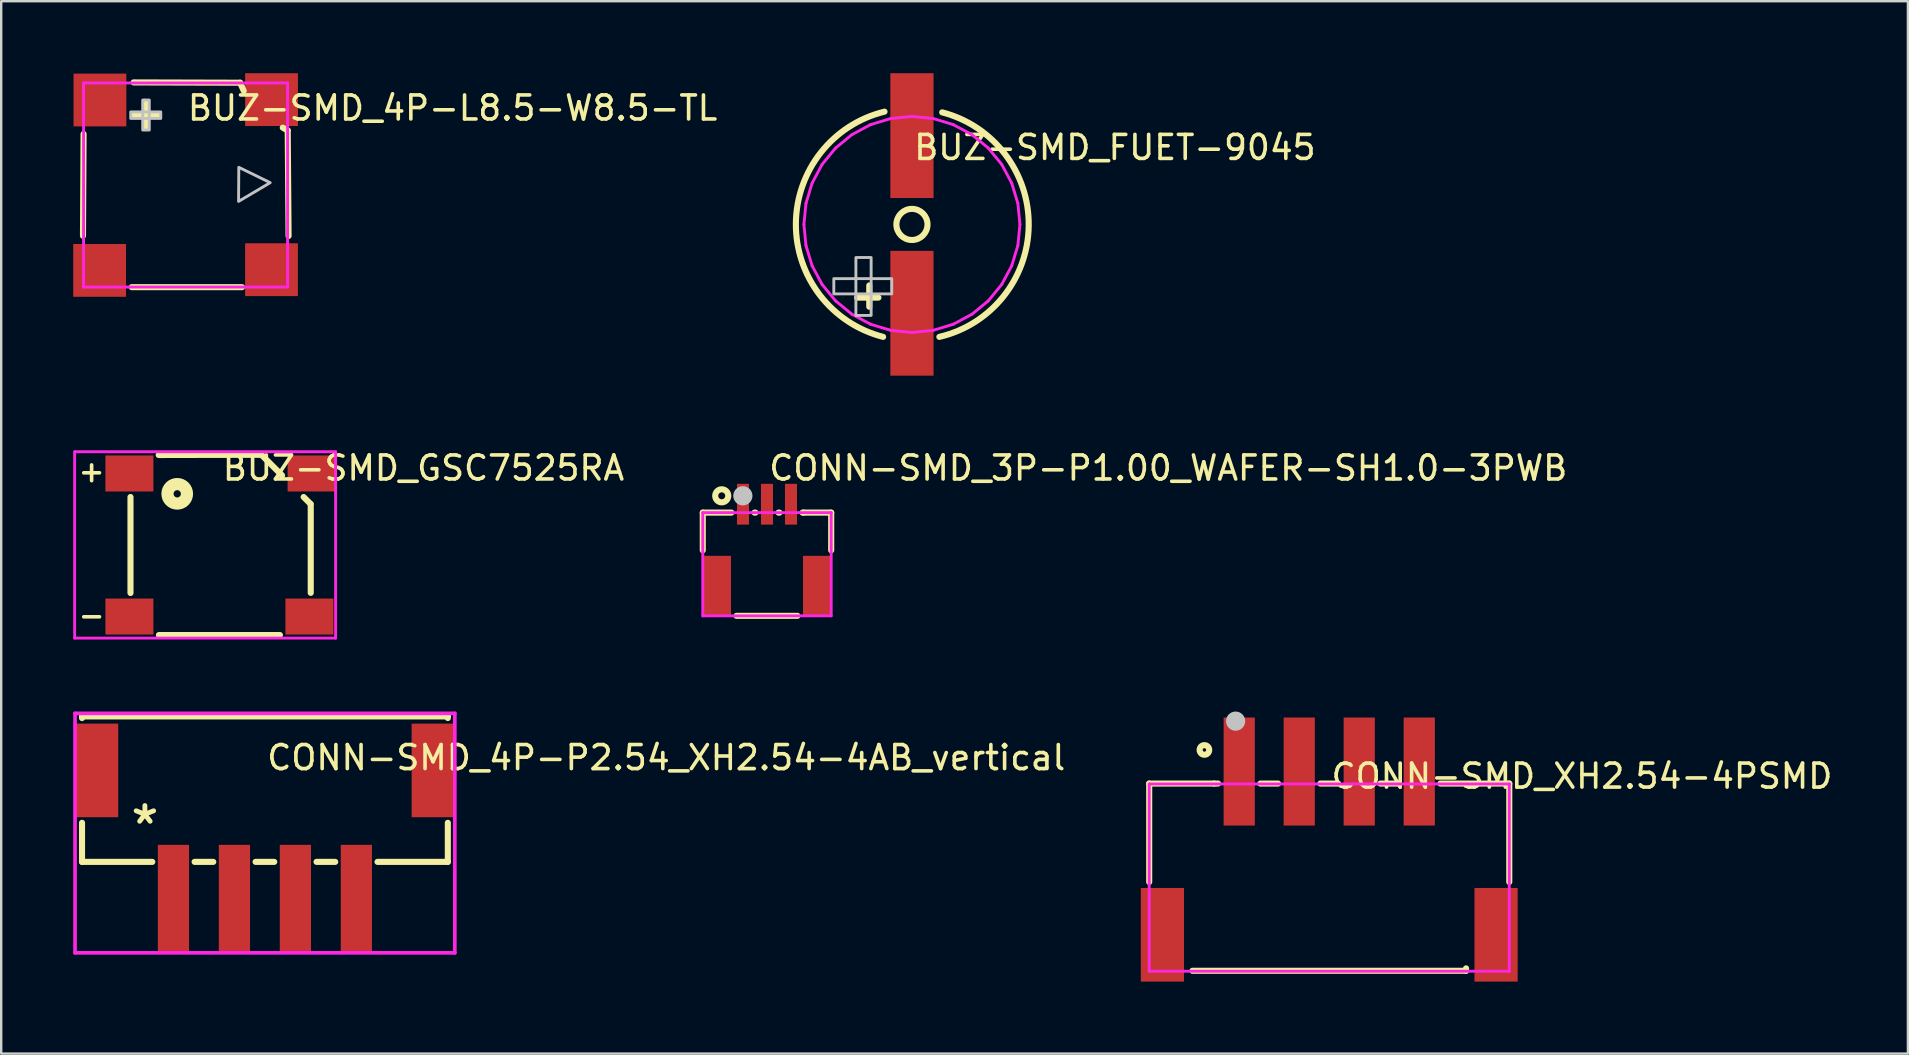
<source format=kicad_pcb>
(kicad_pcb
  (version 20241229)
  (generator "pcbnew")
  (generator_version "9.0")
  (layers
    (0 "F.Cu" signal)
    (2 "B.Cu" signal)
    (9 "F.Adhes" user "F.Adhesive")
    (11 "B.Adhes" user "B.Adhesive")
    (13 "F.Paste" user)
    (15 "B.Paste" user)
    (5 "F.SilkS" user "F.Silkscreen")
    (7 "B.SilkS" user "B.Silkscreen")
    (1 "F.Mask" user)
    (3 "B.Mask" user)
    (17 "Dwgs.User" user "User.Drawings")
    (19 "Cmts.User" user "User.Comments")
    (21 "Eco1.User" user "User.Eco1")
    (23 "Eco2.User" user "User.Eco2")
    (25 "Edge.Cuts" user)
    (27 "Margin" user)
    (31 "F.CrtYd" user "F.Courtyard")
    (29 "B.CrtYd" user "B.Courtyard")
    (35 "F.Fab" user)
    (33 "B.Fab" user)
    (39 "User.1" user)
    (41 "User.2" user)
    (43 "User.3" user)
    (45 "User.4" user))
  (footprint "BUZ-SMD_GSC7525RA"
    (layer "F.Cu")
    (at 6.136 19.655)
    (property "Reference" "BUZ-SMD_GSC7525RA" (at 0 -3.207 0) (layer "F.SilkS") (effects (font (size 1 1) (thickness 0.15)) (justify left)))
    (attr through_hole)
    (fp_line (start -3.75 -1.999) (end -3.75 1.999) (stroke (width 0.254) (type solid)) (layer "F.SilkS"))
    (fp_line (start 1.702 -3.759) (end -2.575 -3.75) (stroke (width 0.254) (type solid)) (layer "F.SilkS"))
    (fp_line (start 2.475 3.75) (end -2.565 3.75) (stroke (width 0.254) (type solid)) (layer "F.SilkS"))
    (fp_line (start 2.565 -2.898) (end 1.713 -3.75) (stroke (width 0.254) (type solid)) (layer "F.SilkS"))
    (fp_line (start 3.75 -1.713) (end 3.463 -2) (stroke (width 0.254) (type solid)) (layer "F.SilkS"))
    (fp_line (start 3.759 1.993) (end 3.759 -1.702) (stroke (width 0.254) (type solid)) (layer "F.SilkS"))
    (fp_circle (center -1.803 -2.133) (end -1.397 -2.133) (stroke (width 0.508) (type solid)) (fill no) (layer "F.SilkS"))
    (fp_circle (center -6.076 -3.886) (end -6.046 -3.886) (stroke (width 0.06) (type solid)) (fill no) (layer "Eco2.User"))
    (fp_poly (pts (xy -2.795 -2.23) (xy -4.795 -2.23) (xy -4.795 -3.73) (xy -2.795 -3.73)) (stroke (width 0.12) (type solid)) (fill no) (layer "Eco2.User"))
    (fp_poly (pts (xy -2.795 3.73) (xy -4.795 3.73) (xy -4.795 2.23) (xy -2.795 2.23)) (stroke (width 0.12) (type solid)) (fill no) (layer "Eco2.User"))
    (fp_poly (pts (xy 4.705 3.73) (xy 2.705 3.73) (xy 2.705 2.23) (xy 4.705 2.23)) (stroke (width 0.12) (type solid)) (fill no) (layer "Eco2.User"))
    (fp_poly (pts (xy 4.795 -2.23) (xy 2.795 -2.23) (xy 2.795 -3.73) (xy 4.795 -3.73)) (stroke (width 0.12) (type solid)) (fill no) (layer "Eco2.User"))
    (fp_line (start -6.076 -3.886) (end 4.795 -3.886) (stroke (width 0.12) (type solid)) (layer "F.CrtYd"))
    (fp_line (start -6.076 3.877) (end -6.076 -3.886) (stroke (width 0.12) (type solid)) (layer "F.CrtYd"))
    (fp_line (start 4.795 -3.886) (end 4.795 3.877) (stroke (width 0.12) (type solid)) (layer "F.CrtYd"))
    (fp_line (start 4.795 3.877) (end -6.076 3.877) (stroke (width 0.12) (type solid)) (layer "F.CrtYd"))
    (fp_text user "+" (at -6 -3.071 0) (layer "F.SilkS") (effects (font (size 0.857 0.857) (thickness 0.152)) (justify left)))
    (fp_text user "-" (at -6 2.928 0) (layer "F.SilkS") (effects (font (size 0.857 0.857) (thickness 0.152)) (justify left)))
    (pad "1" smd rect (at -3.795 -2.98 180) (size 2 1.5) (layers "F.Cu" "F.Mask" "F.Paste"))
    (pad "2" smd rect (at -3.795 2.98 180) (size 2 1.5) (layers "F.Cu" "F.Mask" "F.Paste"))
    (pad "3" smd rect (at 3.705 2.98 180) (size 2 1.5) (layers "F.Cu" "F.Mask" "F.Paste"))
    (pad "3" smd rect (at 3.795 -2.98 180) (size 2 1.5) (layers "F.Cu" "F.Mask" "F.Paste")))
  (footprint "BUZ-SMD_FUET-9045"
    (layer "F.Cu")
    (at 34.941 6.3)
    (property "Reference" "BUZ-SMD_FUET-9045" (at 0 -3.207 0) (layer "F.SilkS") (effects (font (size 1 1) (thickness 0.15)) (justify left)))
    (attr through_hole)
    (fp_line (start -2.286 3.048) (end -1.397 3.048) (stroke (width 0.254) (type solid)) (layer "F.SilkS"))
    (fp_line (start -1.778 2.54) (end -1.778 3.429) (stroke (width 0.254) (type solid)) (layer "F.SilkS"))
    (fp_arc (start -1.201 4.684) (mid -4.835427 -0.029967) (end -1.142853 -4.698526) (stroke (width 0.254) (type solid)) (layer "F.SilkS"))
    (fp_arc (start 1.26 -4.669) (mid 4.864585 0.053769) (end 1.141996 4.684094) (stroke (width 0.254) (type solid)) (layer "F.SilkS"))
    (fp_circle (center 0 0) (end 0.648 0) (stroke (width 0.254) (type solid)) (fill no) (layer "F.SilkS"))
    (fp_poly (pts (xy -3.255 2.893) (xy -3.255 2.258) (xy -0.842 2.258) (xy -0.842 2.893)) (stroke (width 0.12) (type solid)) (fill no) (layer "Dwgs.User"))
    (fp_poly (pts (xy -1.7 3.791) (xy -2.335 3.791) (xy -2.335 1.378) (xy -1.7 1.378)) (stroke (width 0.12) (type solid)) (fill no) (layer "Dwgs.User"))
    (fp_circle (center 4.499 6.15) (end 4.529 6.15) (stroke (width 0.06) (type solid)) (fill no) (layer "Eco2.User"))
    (fp_poly (pts (xy -0.75 -6.15) (xy 0.75 -6.15) (xy 0.75 -1.25) (xy -0.75 -1.25)) (stroke (width 0.12) (type solid)) (fill no) (layer "Eco2.User"))
    (fp_poly (pts (xy -0.75 1.25) (xy 0.75 1.25) (xy 0.75 6.15) (xy -0.75 6.15)) (stroke (width 0.12) (type solid)) (fill no) (layer "Eco2.User"))
    (fp_line (start -4.501 0.001) (end -4.415 0.879) (stroke (width 0.12) (type solid)) (layer "F.CrtYd"))
    (fp_line (start -4.415 -0.877) (end -4.501 0.001) (stroke (width 0.12) (type solid)) (layer "F.CrtYd"))
    (fp_line (start -4.415 0.879) (end -4.158 1.723) (stroke (width 0.12) (type solid)) (layer "F.CrtYd"))
    (fp_line (start -4.159 -1.721) (end -4.415 -0.877) (stroke (width 0.12) (type solid)) (layer "F.CrtYd"))
    (fp_line (start -4.158 1.723) (end -3.742 2.501) (stroke (width 0.12) (type solid)) (layer "F.CrtYd"))
    (fp_line (start -3.744 -2.499) (end -4.159 -1.721) (stroke (width 0.12) (type solid)) (layer "F.CrtYd"))
    (fp_line (start -3.742 2.501) (end -3.182 3.183) (stroke (width 0.12) (type solid)) (layer "F.CrtYd"))
    (fp_line (start -3.184 -3.181) (end -3.744 -2.499) (stroke (width 0.12) (type solid)) (layer "F.CrtYd"))
    (fp_line (start -3.182 3.183) (end -2.5 3.742) (stroke (width 0.12) (type solid)) (layer "F.CrtYd"))
    (fp_line (start -2.502 -3.741) (end -3.184 -3.181) (stroke (width 0.12) (type solid)) (layer "F.CrtYd"))
    (fp_line (start -2.5 3.742) (end -1.722 4.158) (stroke (width 0.12) (type solid)) (layer "F.CrtYd"))
    (fp_line (start -1.725 -4.157) (end -2.502 -3.741) (stroke (width 0.12) (type solid)) (layer "F.CrtYd"))
    (fp_line (start -1.722 4.158) (end -0.878 4.414) (stroke (width 0.12) (type solid)) (layer "F.CrtYd"))
    (fp_line (start -0.88 -4.413) (end -1.725 -4.157) (stroke (width 0.12) (type solid)) (layer "F.CrtYd"))
    (fp_line (start -0.878 4.414) (end -0.003 4.5) (stroke (width 0.12) (type solid)) (layer "F.CrtYd"))
    (fp_line (start -0.003 -4.5) (end -0.88 -4.413) (stroke (width 0.12) (type solid)) (layer "F.CrtYd"))
    (fp_line (start -0.003 4.5) (end 0 4.5) (stroke (width 0.12) (type solid)) (layer "F.CrtYd"))
    (fp_line (start 0 4.5) (end 0.878 4.413) (stroke (width 0.12) (type solid)) (layer "F.CrtYd"))
    (fp_line (start 0.875 -4.414) (end -0.003 -4.5) (stroke (width 0.12) (type solid)) (layer "F.CrtYd"))
    (fp_line (start 0.878 4.413) (end 1.722 4.157) (stroke (width 0.12) (type solid)) (layer "F.CrtYd"))
    (fp_line (start 1.72 -4.158) (end 0.875 -4.414) (stroke (width 0.12) (type solid)) (layer "F.CrtYd"))
    (fp_line (start 1.722 4.157) (end 2.5 3.741) (stroke (width 0.12) (type solid)) (layer "F.CrtYd"))
    (fp_line (start 2.498 -3.742) (end 1.72 -4.158) (stroke (width 0.12) (type solid)) (layer "F.CrtYd"))
    (fp_line (start 2.5 3.741) (end 3.182 3.181) (stroke (width 0.12) (type solid)) (layer "F.CrtYd"))
    (fp_line (start 3.18 -3.183) (end 2.498 -3.742) (stroke (width 0.12) (type solid)) (layer "F.CrtYd"))
    (fp_line (start 3.182 3.181) (end 3.741 2.499) (stroke (width 0.12) (type solid)) (layer "F.CrtYd"))
    (fp_line (start 3.74 -2.501) (end 3.18 -3.183) (stroke (width 0.12) (type solid)) (layer "F.CrtYd"))
    (fp_line (start 3.741 2.499) (end 4.157 1.721) (stroke (width 0.12) (type solid)) (layer "F.CrtYd"))
    (fp_line (start 4.156 -1.723) (end 3.74 -2.501) (stroke (width 0.12) (type solid)) (layer "F.CrtYd"))
    (fp_line (start 4.157 1.721) (end 4.413 0.877) (stroke (width 0.12) (type solid)) (layer "F.CrtYd"))
    (fp_line (start 4.412 -0.879) (end 4.156 -1.723) (stroke (width 0.12) (type solid)) (layer "F.CrtYd"))
    (fp_line (start 4.413 0.877) (end 4.499 -0.001) (stroke (width 0.12) (type solid)) (layer "F.CrtYd"))
    (fp_line (start 4.499 -0.001) (end 4.412 -0.879) (stroke (width 0.12) (type solid)) (layer "F.CrtYd"))
    (pad "1" smd rect (at 0 3.7) (size 1.8 5.2) (layers "F.Cu" "F.Mask" "F.Paste"))
    (pad "2" smd rect (at 0 -3.7) (size 1.8 5.2) (layers "F.Cu" "F.Mask" "F.Paste")))
  (footprint "CONN-SMD_XH2.54-4PSMD"
    (layer "F.Cu")
    (at 52.325 32.492)
    (property "Reference" "CONN-SMD_XH2.54-4PSMD" (at 0 -3.207 0) (layer "F.SilkS") (effects (font (size 1 1) (thickness 0.15)) (justify left)))
    (attr through_hole)
    (fp_line (start -7.5 -2.9) (end -7.5 1.2) (stroke (width 0.254) (type solid)) (layer "F.SilkS"))
    (fp_line (start -5.7 4.9) (end 5.7 4.9) (stroke (width 0.254) (type solid)) (layer "F.SilkS"))
    (fp_line (start -4.8 -2.9) (end -7.5 -2.9) (stroke (width 0.254) (type solid)) (layer "F.SilkS"))
    (fp_line (start -4.8 -2.9) (end -4.631 -2.9) (stroke (width 0.254) (type solid)) (layer "F.SilkS"))
    (fp_line (start -2.869 -2.9) (end -2.131 -2.9) (stroke (width 0.254) (type solid)) (layer "F.SilkS"))
    (fp_line (start -0.369 -2.9) (end 0.369 -2.9) (stroke (width 0.254) (type solid)) (layer "F.SilkS"))
    (fp_line (start 2.131 -2.9) (end 2.869 -2.9) (stroke (width 0.254) (type solid)) (layer "F.SilkS"))
    (fp_line (start 4.631 -2.9) (end 7.5 -2.9) (stroke (width 0.254) (type solid)) (layer "F.SilkS"))
    (fp_line (start 5.7 4.9) (end 5.7 4.8) (stroke (width 0.254) (type solid)) (layer "F.SilkS"))
    (fp_line (start 7.5 -2.9) (end 7.5 1.2) (stroke (width 0.254) (type solid)) (layer "F.SilkS"))
    (fp_circle (center -5.2 -4.3) (end -5 -4.3) (stroke (width 0.254) (type solid)) (fill no) (layer "F.SilkS"))
    (fp_circle (center -3.9 -5.5) (end -3.7 -5.5) (stroke (width 0.4) (type solid)) (fill no) (layer "Dwgs.User"))
    (fp_circle (center -7.5 -5.082) (end -7.47 -5.082) (stroke (width 0.06) (type solid)) (fill no) (layer "Eco2.User"))
    (fp_poly (pts (xy -7.5 1.798) (xy -6.1 1.798) (xy -6.1 4.798) (xy -7.5 4.798)) (stroke (width 0.12) (type solid)) (fill no) (layer "Eco2.User"))
    (fp_poly (pts (xy -4.07 -5.082) (xy -3.43 -5.082) (xy -3.43 -1.282) (xy -4.07 -1.282)) (stroke (width 0.12) (type solid)) (fill no) (layer "Eco2.User"))
    (fp_poly (pts (xy -1.57 -5.082) (xy -0.93 -5.082) (xy -0.93 -1.282) (xy -1.57 -1.282)) (stroke (width 0.12) (type solid)) (fill no) (layer "Eco2.User"))
    (fp_poly (pts (xy 0.93 -5.082) (xy 1.57 -5.082) (xy 1.57 -1.282) (xy 0.93 -1.282)) (stroke (width 0.12) (type solid)) (fill no) (layer "Eco2.User"))
    (fp_poly (pts (xy 3.43 -5.082) (xy 4.07 -5.082) (xy 4.07 -1.282) (xy 3.43 -1.282)) (stroke (width 0.12) (type solid)) (fill no) (layer "Eco2.User"))
    (fp_poly (pts (xy 6.1 1.798) (xy 7.5 1.798) (xy 7.5 4.798) (xy 6.1 4.798)) (stroke (width 0.12) (type solid)) (fill no) (layer "Eco2.User"))
    (fp_line (start -7.5 -2.882) (end 7.5 -2.882) (stroke (width 0.12) (type solid)) (layer "F.CrtYd"))
    (fp_line (start -7.5 4.918) (end -7.5 -2.882) (stroke (width 0.12) (type solid)) (layer "F.CrtYd"))
    (fp_line (start 7.5 -2.882) (end 7.5 4.918) (stroke (width 0.12) (type solid)) (layer "F.CrtYd"))
    (fp_line (start 7.5 4.918) (end -7.5 4.918) (stroke (width 0.12) (type solid)) (layer "F.CrtYd"))
    (pad "1" smd rect (at -3.75 -3.4) (size 1.3 4.5) (layers "F.Cu" "F.Mask" "F.Paste"))
    (pad "2" smd rect (at -1.25 -3.4) (size 1.3 4.5) (layers "F.Cu" "F.Mask" "F.Paste"))
    (pad "3" smd rect (at 1.25 -3.4) (size 1.3 4.5) (layers "F.Cu" "F.Mask" "F.Paste"))
    (pad "4" smd rect (at 3.75 -3.4) (size 1.3 4.5) (layers "F.Cu" "F.Mask" "F.Paste"))
    (pad "5" smd rect (at -6.95 3.4) (size 1.8 3.9) (layers "F.Cu" "F.Mask" "F.Paste"))
    (pad "6" smd rect (at 6.95 3.4) (size 1.8 3.9) (layers "F.Cu" "F.Mask" "F.Paste")))
  (footprint "CONN-SMD_4P-P2.54_XH2.54-4AB_vertical"
    (layer "F.Cu")
    (at 7.987 31.72)
    (property "Reference" "CONN-SMD_4P-P2.54_XH2.54-4AB_vertical" (at 0 -3.207 0) (layer "F.SilkS") (effects (font (size 1 1) (thickness 0.15)) (justify left)))
    (attr through_hole)
    (fp_line (start -7.62 -4.925) (end -7.62 -4.857) (stroke (width 0.254) (type solid)) (layer "F.SilkS"))
    (fp_line (start -7.62 -4.925) (end 7.619 -4.925) (stroke (width 0.254) (type solid)) (layer "F.SilkS"))
    (fp_line (start -7.62 -0.493) (end -7.62 1.135) (stroke (width 0.254) (type solid)) (layer "F.SilkS"))
    (fp_line (start -7.62 1.135) (end -4.692 1.135) (stroke (width 0.254) (type solid)) (layer "F.SilkS"))
    (fp_line (start -2.93 1.135) (end -2.152 1.135) (stroke (width 0.254) (type solid)) (layer "F.SilkS"))
    (fp_line (start -0.39 1.135) (end 0.388 1.135) (stroke (width 0.254) (type solid)) (layer "F.SilkS"))
    (fp_line (start 2.15 1.135) (end 2.928 1.135) (stroke (width 0.254) (type solid)) (layer "F.SilkS"))
    (fp_line (start 4.69 1.135) (end 7.619 1.135) (stroke (width 0.254) (type solid)) (layer "F.SilkS"))
    (fp_line (start 7.619 -4.925) (end 7.619 -4.857) (stroke (width 0.254) (type solid)) (layer "F.SilkS"))
    (fp_line (start 7.619 -0.493) (end 7.619 1.135) (stroke (width 0.254) (type solid)) (layer "F.SilkS"))
    (fp_line (start -7.911 -5.052) (end 7.911 -5.052) (stroke (width 0.152) (type solid)) (layer "F.CrtYd"))
    (fp_line (start -7.911 4.925) (end -7.911 -5.052) (stroke (width 0.152) (type solid)) (layer "F.CrtYd"))
    (fp_line (start 7.911 -5.052) (end 7.911 4.925) (stroke (width 0.152) (type solid)) (layer "F.CrtYd"))
    (fp_line (start 7.911 4.925) (end -7.911 4.925) (stroke (width 0.152) (type solid)) (layer "F.CrtYd"))
    (fp_text user "*" (at -5.715 -0.381 180) (layer "F.SilkS") (effects (font (size 1.524 1.524) (thickness 0.203)) (justify left)))
    (pad "1" smd rect (at -3.811 2.675) (size 1.3 4.5) (layers "F.Cu" "F.Mask" "F.Paste"))
    (pad "2" smd rect (at -1.271 2.675) (size 1.3 4.5) (layers "F.Cu" "F.Mask" "F.Paste"))
    (pad "3" smd rect (at 1.269 2.675) (size 1.3 4.5) (layers "F.Cu" "F.Mask" "F.Paste"))
    (pad "4" smd rect (at 3.809 2.675) (size 1.3 4.5) (layers "F.Cu" "F.Mask" "F.Paste"))
    (pad "5" smd rect (at -7.011 -2.675) (size 1.8 3.9) (layers "F.Cu" "F.Mask" "F.Paste"))
    (pad "6" smd rect (at 7.011 -2.675) (size 1.8 3.9) (layers "F.Cu" "F.Mask" "F.Paste")))
  (footprint "CONN-SMD_3P-P1.00_WAFER-SH1.0-3PWB"
    (layer "F.Cu")
    (at 28.902 19.655)
    (property "Reference" "CONN-SMD_3P-P1.00_WAFER-SH1.0-3PWB" (at 0 -3.207 0) (layer "F.SilkS") (effects (font (size 1 1) (thickness 0.15)) (justify left)))
    (attr through_hole)
    (fp_line (start -2.675 -1.35) (end -2.675 0.219) (stroke (width 0.254) (type solid)) (layer "F.SilkS"))
    (fp_line (start -1.481 -1.35) (end -2.675 -1.35) (stroke (width 0.254) (type solid)) (layer "F.SilkS"))
    (fp_line (start -1.269 2.95) (end 1.269 2.95) (stroke (width 0.254) (type solid)) (layer "F.SilkS"))
    (fp_line (start -0.481 -1.35) (end -0.519 -1.35) (stroke (width 0.254) (type solid)) (layer "F.SilkS"))
    (fp_line (start 0.519 -1.35) (end 0.481 -1.35) (stroke (width 0.254) (type solid)) (layer "F.SilkS"))
    (fp_line (start 1.519 -1.35) (end 1.481 -1.35) (stroke (width 0.254) (type solid)) (layer "F.SilkS"))
    (fp_line (start 1.519 -1.35) (end 2.675 -1.35) (stroke (width 0.254) (type solid)) (layer "F.SilkS"))
    (fp_line (start 2.675 -1.35) (end 2.675 0.219) (stroke (width 0.254) (type solid)) (layer "F.SilkS"))
    (fp_circle (center -1.885 -2.05) (end -1.613 -2.05) (stroke (width 0.254) (type solid)) (fill no) (layer "F.SilkS"))
    (fp_circle (center -1.005 -2.05) (end -0.805 -2.05) (stroke (width 0.4) (type solid)) (fill no) (layer "Dwgs.User"))
    (fp_circle (center -2.675 -2.1) (end -2.645 -2.1) (stroke (width 0.06) (type solid)) (fill no) (layer "Eco2.User"))
    (fp_poly (pts (xy -2.2 0.8) (xy -2 0.8) (xy -2 2.6) (xy -2.2 2.6)) (stroke (width 0.12) (type solid)) (fill no) (layer "Eco2.User"))
    (fp_poly (pts (xy -1.1 -2.1) (xy -0.9 -2.1) (xy -0.9 -1.3) (xy -1.1 -1.3)) (stroke (width 0.12) (type solid)) (fill no) (layer "Eco2.User"))
    (fp_poly (pts (xy -0.1 -2.1) (xy 0.1 -2.1) (xy 0.1 -1.3) (xy -0.1 -1.3)) (stroke (width 0.12) (type solid)) (fill no) (layer "Eco2.User"))
    (fp_poly (pts (xy 0.9 -2.1) (xy 1.1 -2.1) (xy 1.1 -1.3) (xy 0.9 -1.3)) (stroke (width 0.12) (type solid)) (fill no) (layer "Eco2.User"))
    (fp_poly (pts (xy 2 0.8) (xy 2.2 0.8) (xy 2.2 2.6) (xy 2 2.6)) (stroke (width 0.12) (type solid)) (fill no) (layer "Eco2.User"))
    (fp_line (start -2.675 -1.35) (end 2.675 -1.35) (stroke (width 0.12) (type solid)) (layer "F.CrtYd"))
    (fp_line (start -2.675 2.95) (end -2.675 -1.35) (stroke (width 0.12) (type solid)) (layer "F.CrtYd"))
    (fp_line (start 2.675 -1.35) (end 2.675 2.95) (stroke (width 0.12) (type solid)) (layer "F.CrtYd"))
    (fp_line (start 2.675 2.95) (end -2.675 2.95) (stroke (width 0.12) (type solid)) (layer "F.CrtYd"))
    (pad "1" smd rect (at -1 -1.7) (size 0.5 1.7) (layers "F.Cu" "F.Mask" "F.Paste"))
    (pad "2" smd rect (at 0 -1.7) (size 0.5 1.7) (layers "F.Cu" "F.Mask" "F.Paste"))
    (pad "3" smd rect (at 1 -1.7) (size 0.5 1.7) (layers "F.Cu" "F.Mask" "F.Paste"))
    (pad "4" smd rect (at -2.1 1.7) (size 1.2 2.5) (layers "F.Cu" "F.Mask" "F.Paste"))
    (pad "5" smd rect (at 2.1 1.7) (size 1.2 2.5) (layers "F.Cu" "F.Mask" "F.Paste")))
  (footprint "BUZ-SMD_4P-L8.5-W8.5-TL"
    (layer "F.Cu")
    (at 4.681 4.657)
    (property "Reference" "BUZ-SMD_4P-L8.5-W8.5-TL" (at 0 -3.207 0) (layer "F.SilkS") (effects (font (size 1 1) (thickness 0.15)) (justify left)))
    (attr through_hole)
    (fp_line (start -4.249 -2.126) (end -4.274 2.116) (stroke (width 0.254) (type solid)) (layer "F.SilkS"))
    (fp_line (start -2.242 4.256) (end 2.35 4.256) (stroke (width 0.254) (type solid)) (layer "F.SilkS"))
    (fp_line (start -2.166 -4.274) (end 2.273 -4.261) (stroke (width 0.254) (type solid)) (layer "F.SilkS"))
    (fp_line (start -1.692 -2.373) (end -1.692 -3.465) (stroke (width 0.254) (type solid)) (layer "F.SilkS"))
    (fp_line (start -1.159 -2.907) (end -2.175 -2.907) (stroke (width 0.254) (type solid)) (layer "F.SilkS"))
    (fp_line (start 2.273 -4.261) (end 2.423 -3.923) (stroke (width 0.254) (type solid)) (layer "F.SilkS"))
    (fp_line (start 4.049 -2.388) (end 4.255 -2.272) (stroke (width 0.254) (type solid)) (layer "F.SilkS"))
    (fp_line (start 4.255 -2.272) (end 4.291 2.123) (stroke (width 0.254) (type solid)) (layer "F.SilkS"))
    (fp_poly (pts (xy 3.525 -0.097) (xy 2.217 -0.737) (xy 2.208 0.683)) (stroke (width 0.12) (type solid)) (fill no) (layer "Dwgs.User"))
    (fp_poly (pts (xy -1.785 -2.289) (xy -1.785 -3.54) (xy -1.512 -3.54) (xy -1.512 -2.289)) (stroke (width 0.12) (type solid)) (fill no) (layer "Dwgs.User"))
    (fp_poly (pts (xy -2.285 -3.045) (xy -1.034 -3.045) (xy -1.034 -2.773) (xy -2.285 -2.773) (xy -2.285 -2.772)) (stroke (width 0.12) (type solid)) (fill no) (layer "Dwgs.User"))
    (fp_circle (center -4.237 -4.261) (end -4.137 -4.261) (stroke (width 0.2) (type solid)) (fill no) (layer "Eco2.User"))
    (fp_poly (pts (xy 3.28 -4.26) (xy 4.26 -3.28) (xy 3.85 -2.87) (xy 2.87 -3.85)) (stroke (width 0.12) (type solid)) (fill no) (layer "Eco2.User"))
    (fp_poly (pts (xy -4.25 -4.25) (xy -3.052 -4.245) (xy -2.345 -3.649) (xy -3.441 -2.344) (xy -4.249 -3.054)) (stroke (width 0.12) (type solid)) (fill no) (layer "Eco2.User"))
    (fp_poly (pts (xy -4.25 4.25) (xy -4.245 3.053) (xy -3.649 2.345) (xy -2.344 3.441) (xy -3.054 4.249)) (stroke (width 0.12) (type solid)) (fill no) (layer "Eco2.User"))
    (fp_poly (pts (xy 4.25 4.25) (xy 3.053 4.245) (xy 2.345 3.65) (xy 3.441 2.344) (xy 4.249 3.054)) (stroke (width 0.12) (type solid)) (fill no) (layer "Eco2.User"))
    (fp_line (start -4.25 -4.25) (end 4.25 -4.25) (stroke (width 0.12) (type solid)) (layer "F.CrtYd"))
    (fp_line (start -4.25 4.25) (end -4.25 -4.25) (stroke (width 0.12) (type solid)) (layer "F.CrtYd"))
    (fp_line (start 4.25 -4.25) (end 4.25 4.25) (stroke (width 0.12) (type solid)) (layer "F.CrtYd"))
    (fp_line (start 4.25 4.25) (end -4.25 4.25) (stroke (width 0.12) (type solid)) (layer "F.CrtYd"))
    (pad "1" smd rect (at -3.568 -3.541) (size 2.2 2.2) (layers "F.Cu" "F.Mask" "F.Paste"))
    (pad "2" smd rect (at -3.581 3.557) (size 2.2 2.2) (layers "F.Cu" "F.Mask" "F.Paste"))
    (pad "3" smd rect (at 3.58 3.528) (size 2.2 2.2) (layers "F.Cu" "F.Mask" "F.Paste"))
    (pad "4" smd rect (at 3.581 -3.557) (size 2.2 2.2) (layers "F.Cu" "F.Mask" "F.Paste")))
  (gr_rect
    (start -3 -3)
    (end 76.432 40.842)
    (stroke (width 0.1) (type default))
    (fill no)
    (layer "Edge.Cuts")))
</source>
